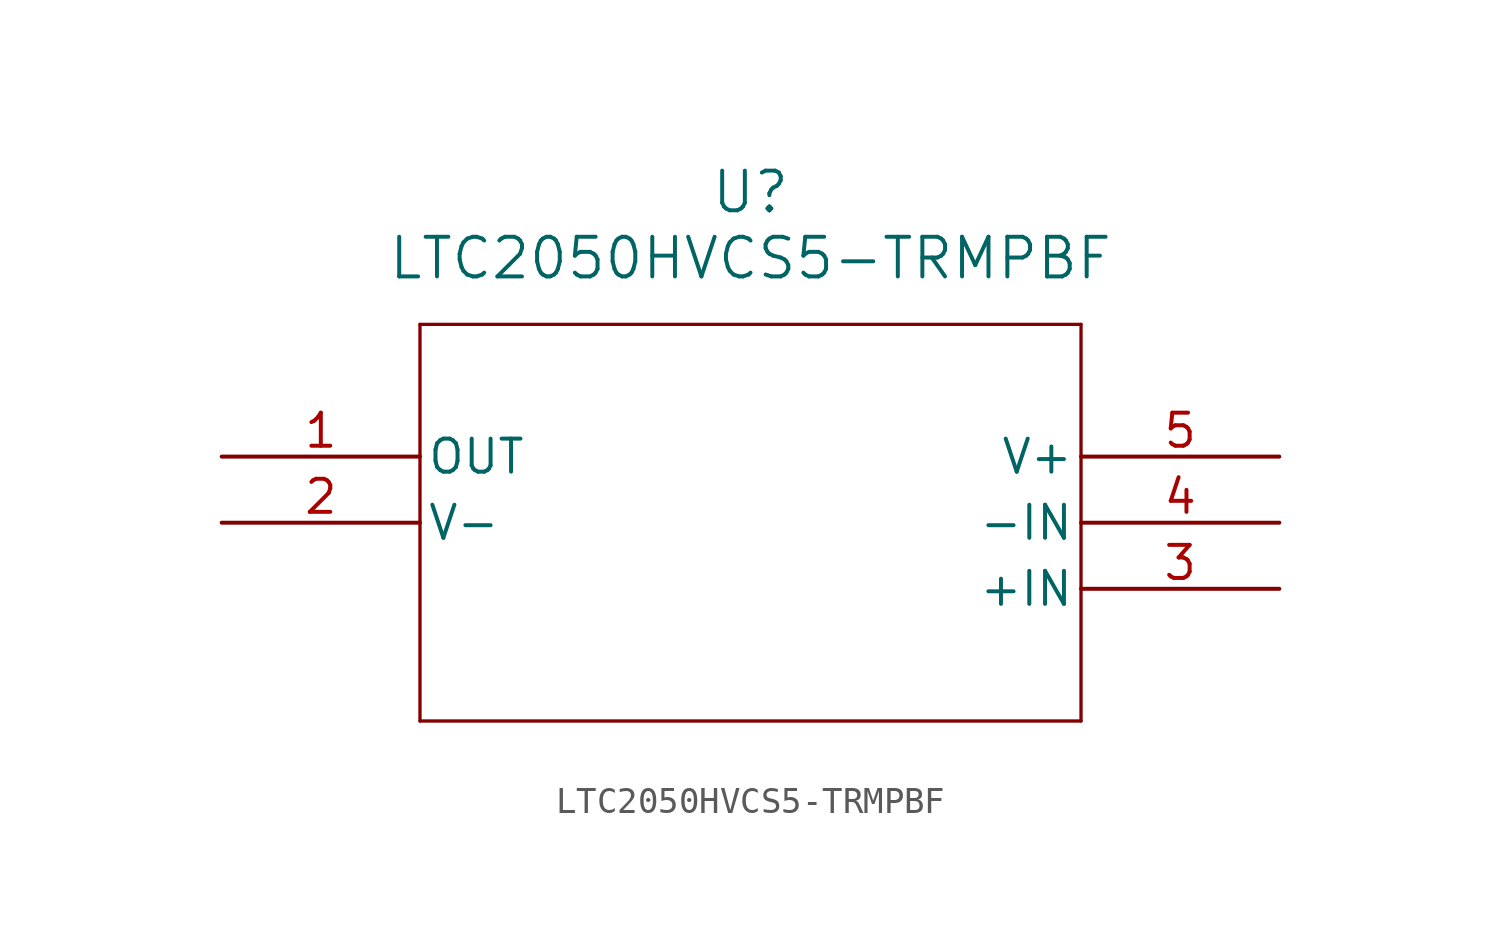
<source format=kicad_sym>
(kicad_symbol_lib
  (version 20211014)
  (generator kicad_symbol_editor)
  (symbol "LTC2050HVCS5-TRMPBF"
    (pin_names
      (offset 0.254))
    (property "Reference" "U"
      (at 20.32 10.16 0)
      (effects (font (size 1.524 1.524))))
    (property "Value" "LTC2050HVCS5-TRMPBF"
      (at 20.32 7.62 0)
      (effects (font (size 1.524 1.524))))
    (symbol "LTC2050HVCS5-TRMPBF_0_1"
      (polyline (pts (xy 7.62 5.08) (xy 7.62 -10.16)) (stroke (width 0.127) (type default) (color 0 0 0 0)) (fill (type none)))
      (polyline (pts (xy 7.62 -10.16) (xy 33.02 -10.16)) (stroke (width 0.127) (type default) (color 0 0 0 0)) (fill (type none)))
      (polyline (pts (xy 33.02 -10.16) (xy 33.02 5.08)) (stroke (width 0.127) (type default) (color 0 0 0 0)) (fill (type none)))
      (polyline (pts (xy 33.02 5.08) (xy 7.62 5.08)) (stroke (width 0.127) (type default) (color 0 0 0 0)) (fill (type none)))
      (pin output line (at 0 0 0) (length 7.62) (name "OUT" (effects (font (size 1.27 1.27)))) (number "1" (effects (font (size 1.27 1.27)))))
      (pin power_in line (at 0 -2.54 0) (length 7.62) (name "V-" (effects (font (size 1.27 1.27)))) (number "2" (effects (font (size 1.27 1.27)))))
      (pin input line (at 40.64 -5.08 180) (length 7.62) (name "+IN" (effects (font (size 1.27 1.27)))) (number "3" (effects (font (size 1.27 1.27)))))
      (pin input line (at 40.64 -2.54 180) (length 7.62) (name "-IN" (effects (font (size 1.27 1.27)))) (number "4" (effects (font (size 1.27 1.27)))))
      (pin power_in line (at 40.64 0 180) (length 7.62) (name "V+" (effects (font (size 1.27 1.27)))) (number "5" (effects (font (size 1.27 1.27))))))))
</source>
